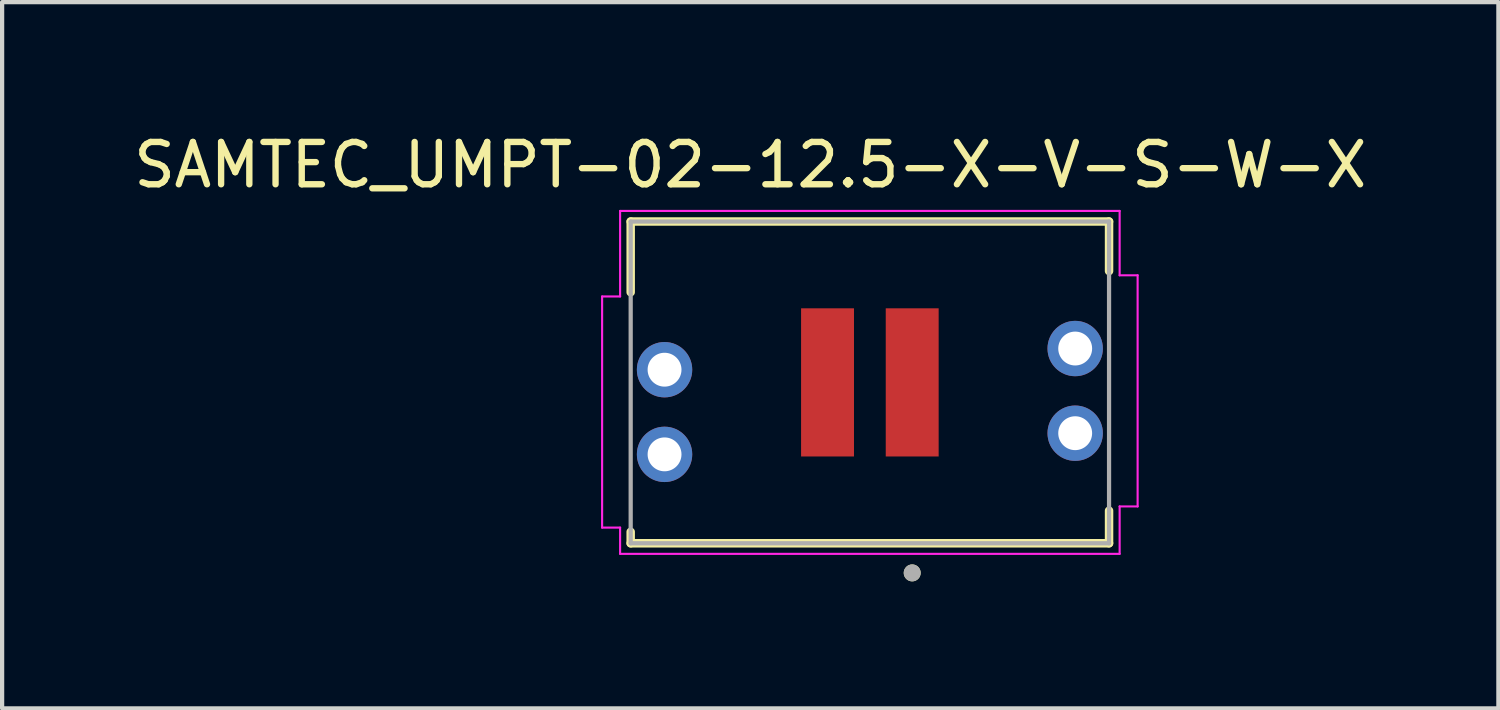
<source format=kicad_pcb>
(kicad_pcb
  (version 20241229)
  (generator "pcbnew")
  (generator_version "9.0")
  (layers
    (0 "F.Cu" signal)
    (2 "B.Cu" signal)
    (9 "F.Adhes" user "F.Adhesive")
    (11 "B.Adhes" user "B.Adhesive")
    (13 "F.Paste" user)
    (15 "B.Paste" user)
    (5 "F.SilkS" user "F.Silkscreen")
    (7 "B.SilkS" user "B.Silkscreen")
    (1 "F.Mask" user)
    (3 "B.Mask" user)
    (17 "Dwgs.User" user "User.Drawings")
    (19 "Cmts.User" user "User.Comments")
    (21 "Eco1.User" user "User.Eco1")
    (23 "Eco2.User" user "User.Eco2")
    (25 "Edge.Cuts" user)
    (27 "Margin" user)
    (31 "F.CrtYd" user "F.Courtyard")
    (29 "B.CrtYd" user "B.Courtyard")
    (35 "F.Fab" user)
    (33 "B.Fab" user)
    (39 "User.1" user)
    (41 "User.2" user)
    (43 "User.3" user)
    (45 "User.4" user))
  (footprint "SAMTEC_UMPT-02-12.5-X-V-S-W-X"
    (layer "F.Cu")
    (at 17.498 5.983)
    (property "Reference" "SAMTEC_UMPT-02-12.5-X-V-S-W-X" (at -2.825 -5.135 0) (layer "F.SilkS") (effects (font (size 1 1) (thickness 0.15))))
    (attr through_hole)
    (fp_line (start -5.65 -3.8) (end 5.65 -3.8) (stroke (width 0.2) (type solid)) (layer "F.SilkS"))
    (fp_line (start -5.65 -2.13) (end -5.65 -3.8) (stroke (width 0.2) (type solid)) (layer "F.SilkS"))
    (fp_line (start -5.65 3.8) (end -5.65 3.53) (stroke (width 0.2) (type solid)) (layer "F.SilkS"))
    (fp_line (start 5.65 -2.63) (end 5.65 -3.8) (stroke (width 0.2) (type solid)) (layer "F.SilkS"))
    (fp_line (start 5.65 3.8) (end -5.65 3.8) (stroke (width 0.2) (type solid)) (layer "F.SilkS"))
    (fp_line (start 5.65 3.8) (end 5.65 3.03) (stroke (width 0.2) (type solid)) (layer "F.SilkS"))
    (fp_circle (center 1 4.5) (end 1.1 4.5) (stroke (width 0.2) (type solid)) (fill no) (layer "F.SilkS"))
    (fp_poly (pts (xy -6.075 -1.78) (xy -3.625 -1.78) (xy -3.625 0.5) (xy -6.075 0.5)) (stroke (width 0.01) (type solid)) (fill yes) (layer "F.Paste"))
    (fp_poly (pts (xy -6.075 0.9) (xy -3.625 0.9) (xy -3.625 3.18) (xy -6.075 3.18)) (stroke (width 0.01) (type solid)) (fill yes) (layer "F.Paste"))
    (fp_poly (pts (xy 3.625 -2.28) (xy 6.075 -2.28) (xy 6.075 0) (xy 3.625 0)) (stroke (width 0.01) (type solid)) (fill yes) (layer "F.Paste"))
    (fp_poly (pts (xy 3.625 0.4) (xy 6.075 0.4) (xy 6.075 2.68) (xy 3.625 2.68)) (stroke (width 0.01) (type solid)) (fill yes) (layer "F.Paste"))
    (fp_line (start -6.325 -2.03) (end -5.9 -2.03) (stroke (width 0.05) (type solid)) (layer "F.CrtYd"))
    (fp_line (start -6.325 3.43) (end -6.325 -2.03) (stroke (width 0.05) (type solid)) (layer "F.CrtYd"))
    (fp_line (start -5.9 -4.05) (end 5.9 -4.05) (stroke (width 0.05) (type solid)) (layer "F.CrtYd"))
    (fp_line (start -5.9 -2.03) (end -5.9 -4.05) (stroke (width 0.05) (type solid)) (layer "F.CrtYd"))
    (fp_line (start -5.9 3.43) (end -6.325 3.43) (stroke (width 0.05) (type solid)) (layer "F.CrtYd"))
    (fp_line (start -5.9 4.05) (end -5.9 3.43) (stroke (width 0.05) (type solid)) (layer "F.CrtYd"))
    (fp_line (start 5.9 -4.05) (end 5.9 -2.53) (stroke (width 0.05) (type solid)) (layer "F.CrtYd"))
    (fp_line (start 5.9 -2.53) (end 6.325 -2.53) (stroke (width 0.05) (type solid)) (layer "F.CrtYd"))
    (fp_line (start 5.9 2.93) (end 5.9 4.05) (stroke (width 0.05) (type solid)) (layer "F.CrtYd"))
    (fp_line (start 5.9 4.05) (end -5.9 4.05) (stroke (width 0.05) (type solid)) (layer "F.CrtYd"))
    (fp_line (start 6.325 -2.53) (end 6.325 2.93) (stroke (width 0.05) (type solid)) (layer "F.CrtYd"))
    (fp_line (start 6.325 2.93) (end 5.9 2.93) (stroke (width 0.05) (type solid)) (layer "F.CrtYd"))
    (fp_line (start -5.65 -3.8) (end -5.65 3.8) (stroke (width 0.1) (type solid)) (layer "F.Fab"))
    (fp_line (start -5.65 3.8) (end 5.65 3.8) (stroke (width 0.1) (type solid)) (layer "F.Fab"))
    (fp_line (start 5.65 -3.8) (end -5.65 -3.8) (stroke (width 0.1) (type solid)) (layer "F.Fab"))
    (fp_line (start 5.65 3.8) (end 5.65 -3.8) (stroke (width 0.1) (type solid)) (layer "F.Fab"))
    (fp_circle (center 1 4.5) (end 1.1 4.5) (stroke (width 0.2) (type solid)) (fill no) (layer "F.Fab"))
    (pad "01" smd rect (at 1 0) (size 1.25 3.5) (layers "F.Cu" "F.Mask" "F.Paste"))
    (pad "02" smd rect (at -1 0) (size 1.25 3.5) (layers "F.Cu" "F.Mask" "F.Paste"))
    (pad "S1" thru_hole circle (at 4.85 1.2) (size 1.308 1.308) (drill 0.8) (layers "*.Cu" "*.Mask"))
    (pad "S2" thru_hole circle (at 4.85 -0.8) (size 1.308 1.308) (drill 0.8) (layers "*.Cu" "*.Mask"))
    (pad "S3" thru_hole circle (at -4.85 1.7) (size 1.308 1.308) (drill 0.8) (layers "*.Cu" "*.Mask"))
    (pad "S4" thru_hole circle (at -4.85 -0.3) (size 1.308 1.308) (drill 0.8) (layers "*.Cu" "*.Mask")))
  (gr_rect
    (start -3 -3)
    (end 32.345 13.683)
    (stroke (width 0.1) (type default))
    (fill no)
    (layer "Edge.Cuts")))
</source>
